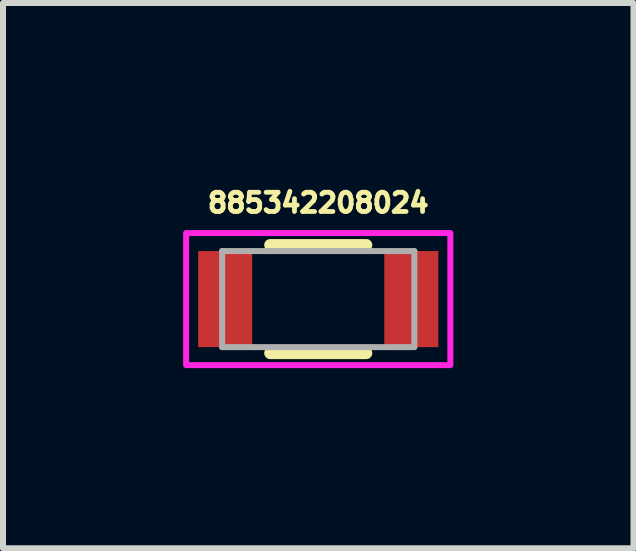
<source format=kicad_pcb>
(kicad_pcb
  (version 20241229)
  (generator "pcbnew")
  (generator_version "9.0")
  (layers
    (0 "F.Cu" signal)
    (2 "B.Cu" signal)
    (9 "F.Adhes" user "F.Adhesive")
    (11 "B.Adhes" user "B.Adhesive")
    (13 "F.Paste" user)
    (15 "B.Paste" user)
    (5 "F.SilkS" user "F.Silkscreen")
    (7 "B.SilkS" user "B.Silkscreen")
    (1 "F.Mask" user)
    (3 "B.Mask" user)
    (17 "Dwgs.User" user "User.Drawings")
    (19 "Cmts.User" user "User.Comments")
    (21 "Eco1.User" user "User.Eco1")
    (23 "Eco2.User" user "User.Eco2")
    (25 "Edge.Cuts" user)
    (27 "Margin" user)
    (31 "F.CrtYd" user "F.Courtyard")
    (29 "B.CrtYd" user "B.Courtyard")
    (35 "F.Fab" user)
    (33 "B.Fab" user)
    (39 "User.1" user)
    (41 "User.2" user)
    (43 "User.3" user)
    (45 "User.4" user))
  (footprint "885342208024"
    (layer "F.Cu")
    (at 2.25 1.931)
    (property "Reference" "885342208024" (at 0 -1.603 0) (layer "F.SilkS") (effects (font (size 0.32 0.32) (thickness 0.08))))
    (attr smd)
    (fp_line (start -0.8 -0.9) (end 0.8 -0.9) (stroke (width 0.2) (type solid)) (layer "F.SilkS"))
    (fp_line (start 0.8 0.9) (end -0.8 0.9) (stroke (width 0.2) (type solid)) (layer "F.SilkS"))
    (fp_poly (pts (xy -2.2 -1.1) (xy 2.2 -1.1) (xy 2.2 1.1) (xy -2.2 1.1)) (stroke (width 0.1) (type solid)) (fill no) (layer "F.CrtYd"))
    (fp_line (start -1.6 -0.8) (end -1.6 0.8) (stroke (width 0.1) (type solid)) (layer "F.Fab"))
    (fp_line (start -1.6 -0.8) (end 1.6 -0.8) (stroke (width 0.1) (type solid)) (layer "F.Fab"))
    (fp_line (start -1.6 0.8) (end 1.6 0.8) (stroke (width 0.1) (type solid)) (layer "F.Fab"))
    (fp_line (start 1.6 0.8) (end 1.6 -0.8) (stroke (width 0.1) (type solid)) (layer "F.Fab"))
    (pad "1" smd rect (at -1.55 0) (size 0.9 1.6) (layers "F.Cu" "F.Mask" "F.Paste"))
    (pad "2" smd rect (at 1.55 0) (size 0.9 1.6) (layers "F.Cu" "F.Mask" "F.Paste")))
  (gr_rect
    (start -3 -3)
    (end 7.5 6.081)
    (stroke (width 0.1) (type default))
    (fill no)
    (layer "Edge.Cuts")))
</source>
